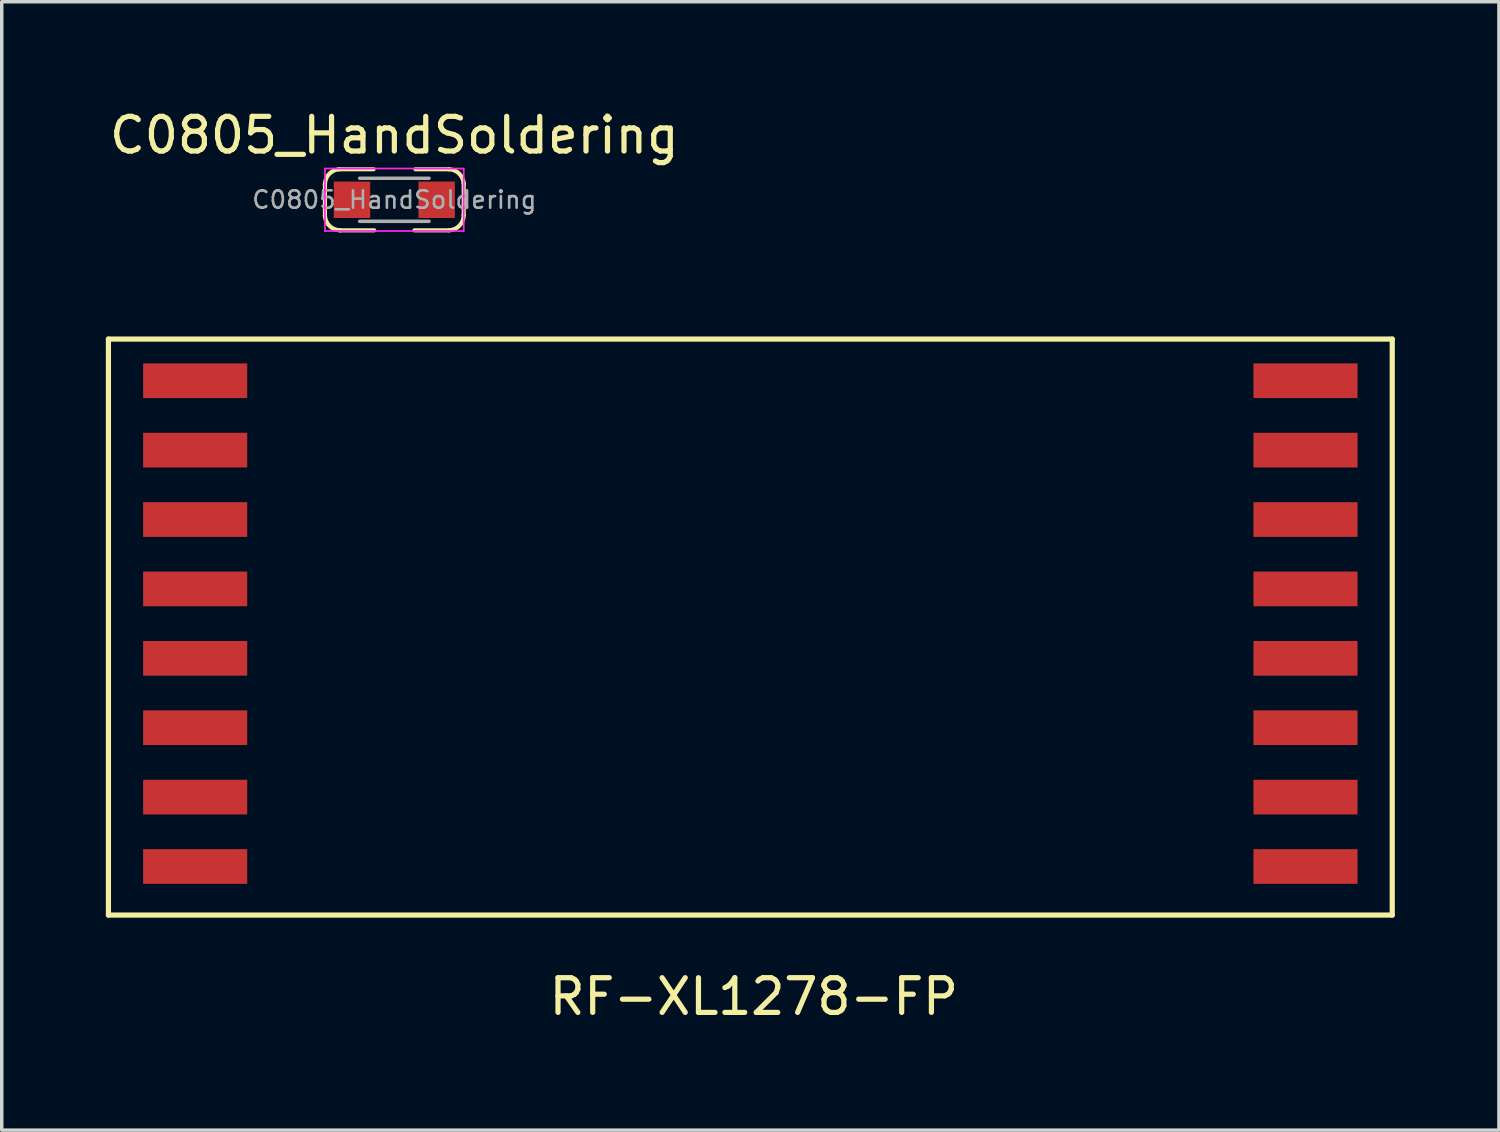
<source format=kicad_pcb>
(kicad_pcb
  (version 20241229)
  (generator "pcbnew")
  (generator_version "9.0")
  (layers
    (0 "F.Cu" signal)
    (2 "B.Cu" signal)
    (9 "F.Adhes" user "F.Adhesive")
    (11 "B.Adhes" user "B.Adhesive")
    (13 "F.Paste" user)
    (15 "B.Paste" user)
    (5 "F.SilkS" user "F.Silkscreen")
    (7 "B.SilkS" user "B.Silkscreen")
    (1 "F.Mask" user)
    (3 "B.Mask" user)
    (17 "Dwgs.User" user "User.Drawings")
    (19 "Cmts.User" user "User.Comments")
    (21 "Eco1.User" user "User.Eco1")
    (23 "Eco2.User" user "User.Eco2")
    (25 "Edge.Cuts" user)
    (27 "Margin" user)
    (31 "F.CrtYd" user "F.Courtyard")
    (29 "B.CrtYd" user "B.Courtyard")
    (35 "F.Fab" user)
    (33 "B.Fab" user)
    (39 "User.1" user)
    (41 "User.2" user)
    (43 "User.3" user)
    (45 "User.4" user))
  (footprint "C0805_HandSoldering"
    (layer "F.Cu")
    (at 8.315 2.708)
    (property "Reference" "C0805_HandSoldering" (at 0 -1.86 0) (layer "F.SilkS") (effects (font (size 1 1) (thickness 0.15))))
    (attr smd)
    (fp_line (start -2 -0.47) (end -2 0.47) (stroke (width 0.12) (type solid)) (layer "F.SilkS"))
    (fp_line (start -0.6 -0.88) (end -1.59 -0.88) (stroke (width 0.12) (type solid)) (layer "F.SilkS"))
    (fp_line (start -0.58 0.88) (end -1.58 0.88) (stroke (width 0.12) (type solid)) (layer "F.SilkS"))
    (fp_line (start 0.61 -0.88) (end 1.58 -0.88) (stroke (width 0.12) (type solid)) (layer "F.SilkS"))
    (fp_line (start 1.57 0.88) (end 0.58 0.88) (stroke (width 0.12) (type solid)) (layer "F.SilkS"))
    (fp_line (start 2 -0.48) (end 2 0.45) (stroke (width 0.12) (type solid)) (layer "F.SilkS"))
    (fp_arc (start -2 -0.440525) (mid -1.878636 -0.743958) (end -1.581494 -0.88) (stroke (width 0.12) (type solid)) (layer "F.SilkS"))
    (fp_arc (start -1.560525 0.878506) (mid -1.863958 0.757142) (end -2 0.46) (stroke (width 0.12) (type solid)) (layer "F.SilkS"))
    (fp_arc (start 1.56 -0.88) (mid 1.863433 -0.758636) (end 1.999475 -0.461494) (stroke (width 0.12) (type solid)) (layer "F.SilkS"))
    (fp_arc (start 2 0.44) (mid 1.878636 0.743433) (end 1.581494 0.879475) (stroke (width 0.12) (type solid)) (layer "F.SilkS"))
    (fp_line (start -2 -0.9) (end -2 0.9) (stroke (width 0.05) (type solid)) (layer "F.CrtYd"))
    (fp_line (start -2 -0.9) (end 2 -0.9) (stroke (width 0.05) (type solid)) (layer "F.CrtYd"))
    (fp_line (start 2 0.9) (end -2 0.9) (stroke (width 0.05) (type solid)) (layer "F.CrtYd"))
    (fp_line (start 2 0.9) (end 2 -0.9) (stroke (width 0.05) (type solid)) (layer "F.CrtYd"))
    (fp_line (start -1 -0.62) (end 1 -0.62) (stroke (width 0.1) (type solid)) (layer "F.Fab"))
    (fp_line (start 1 0.62) (end -1 0.62) (stroke (width 0.1) (type solid)) (layer "F.Fab"))
    (fp_text user "${REFERENCE}" (at 0 0 0) (layer "F.Fab") (effects (font (size 0.5 0.5) (thickness 0.075))))
    (pad "1" smd rect (at -1.22 0) (size 1.05 1.05) (layers "F.Cu" "F.Mask" "F.Paste"))
    (pad "2" smd rect (at 1.22 0) (size 1.05 1.05) (layers "F.Cu" "F.Mask" "F.Paste")))
  (footprint "RF-XL1278-FP"
    (layer "F.Cu")
    (at 18.575 21.923)
    (property "Reference" "RF-XL1278-FP" (at 0.1 3.75 0) (layer "F.SilkS") (effects (font (size 1 1) (thickness 0.15))))
    (attr through_hole)
    (fp_line (start -18.5 -15.2) (end -18.5 1.4) (stroke (width 0.15) (type solid)) (layer "F.SilkS"))
    (fp_line (start 18.5 -15.2) (end -18.5 -15.2) (stroke (width 0.15) (type solid)) (layer "F.SilkS"))
    (fp_line (start 18.5 -15.2) (end 18.5 1.4) (stroke (width 0.15) (type solid)) (layer "F.SilkS"))
    (fp_line (start 18.5 1.4) (end -18.5 1.4) (stroke (width 0.15) (type solid)) (layer "F.SilkS"))
    (pad "1" smd rect (at 16 0) (size 3 1) (layers "F.Cu" "F.Paste"))
    (pad "2" smd rect (at 16 -2) (size 3 1) (layers "F.Cu" "F.Paste"))
    (pad "3" smd rect (at 16 -4) (size 3 1) (layers "F.Cu" "F.Paste"))
    (pad "4" smd rect (at 16 -6) (size 3 1) (layers "F.Cu" "F.Paste"))
    (pad "5" smd rect (at 16 -8) (size 3 1) (layers "F.Cu" "F.Paste"))
    (pad "6" smd rect (at 16 -10) (size 3 1) (layers "F.Cu" "F.Paste"))
    (pad "7" smd rect (at 16 -12) (size 3 1) (layers "F.Cu" "F.Paste"))
    (pad "8" smd rect (at 16 -14) (size 3 1) (layers "F.Cu" "F.Paste"))
    (pad "9" smd rect (at -16 -14) (size 3 1) (layers "F.Cu" "F.Paste"))
    (pad "10" smd rect (at -16 -12) (size 3 1) (layers "F.Cu" "F.Paste"))
    (pad "11" smd rect (at -16 -10) (size 3 1) (layers "F.Cu" "F.Paste"))
    (pad "12" smd rect (at -16 -8) (size 3 1) (layers "F.Cu" "F.Paste"))
    (pad "13" smd rect (at -16 -6) (size 3 1) (layers "F.Cu" "F.Paste"))
    (pad "14" smd rect (at -16 -4) (size 3 1) (layers "F.Cu" "F.Paste"))
    (pad "15" smd rect (at -16 -2) (size 3 1) (layers "F.Cu" "F.Paste"))
    (pad "16" smd rect (at -16 0) (size 3 1) (layers "F.Cu" "F.Paste")))
  (gr_rect
    (start -3 -3)
    (end 40.15 29.521)
    (stroke (width 0.1) (type default))
    (fill no)
    (layer "Edge.Cuts")))
</source>
